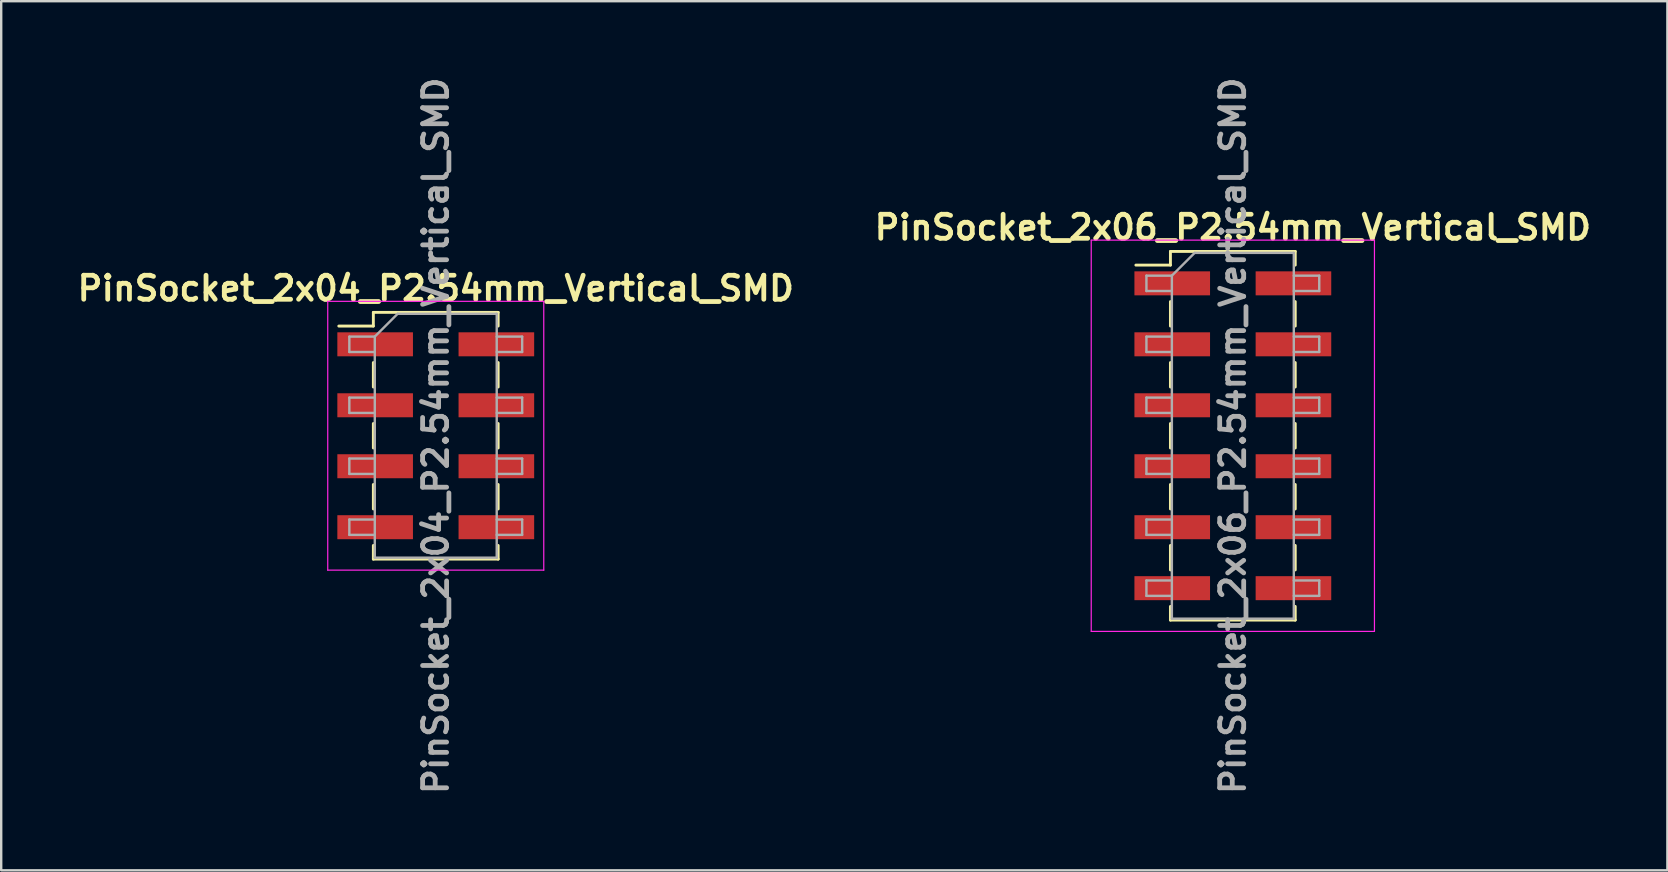
<source format=kicad_pcb>
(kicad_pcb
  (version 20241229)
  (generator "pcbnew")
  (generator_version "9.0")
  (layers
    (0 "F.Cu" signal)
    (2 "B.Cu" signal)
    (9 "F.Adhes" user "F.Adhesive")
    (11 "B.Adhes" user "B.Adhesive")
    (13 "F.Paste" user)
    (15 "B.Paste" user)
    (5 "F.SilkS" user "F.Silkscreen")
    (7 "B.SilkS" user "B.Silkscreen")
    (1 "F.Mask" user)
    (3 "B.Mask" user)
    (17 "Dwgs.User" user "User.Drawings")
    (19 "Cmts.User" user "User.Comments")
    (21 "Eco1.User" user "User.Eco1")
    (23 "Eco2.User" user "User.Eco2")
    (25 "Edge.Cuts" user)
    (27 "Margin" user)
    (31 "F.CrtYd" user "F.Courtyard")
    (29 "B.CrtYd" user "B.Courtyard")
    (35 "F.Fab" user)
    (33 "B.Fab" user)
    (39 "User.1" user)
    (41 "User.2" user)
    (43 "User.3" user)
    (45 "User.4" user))
  (footprint "PinSocket_2x04_P2.54mm_Vertical_SMD"
    (layer "F.Cu")
    (at 15.105 15.105)
    (property "Reference" "PinSocket_2x04_P2.54mm_Vertical_SMD" (at 0 -6.14 0) (layer "F.SilkS") (effects (font (size 1 1) (thickness 0.2))))
    (attr smd)
    (fp_line (start -4.04 -4.57) (end -2.6 -4.57) (stroke (width 0.12) (type solid)) (layer "F.SilkS"))
    (fp_line (start -2.6 -5.14) (end -2.6 -4.57) (stroke (width 0.12) (type solid)) (layer "F.SilkS"))
    (fp_line (start -2.6 -5.14) (end 2.6 -5.14) (stroke (width 0.12) (type solid)) (layer "F.SilkS"))
    (fp_line (start -2.6 -3.05) (end -2.6 -2.03) (stroke (width 0.12) (type solid)) (layer "F.SilkS"))
    (fp_line (start -2.6 -0.51) (end -2.6 0.51) (stroke (width 0.12) (type solid)) (layer "F.SilkS"))
    (fp_line (start -2.6 2.03) (end -2.6 3.05) (stroke (width 0.12) (type solid)) (layer "F.SilkS"))
    (fp_line (start -2.6 4.57) (end -2.6 5.14) (stroke (width 0.12) (type solid)) (layer "F.SilkS"))
    (fp_line (start -2.6 5.14) (end 2.6 5.14) (stroke (width 0.12) (type solid)) (layer "F.SilkS"))
    (fp_line (start 2.6 -5.14) (end 2.6 -4.57) (stroke (width 0.12) (type solid)) (layer "F.SilkS"))
    (fp_line (start 2.6 -3.05) (end 2.6 -2.03) (stroke (width 0.12) (type solid)) (layer "F.SilkS"))
    (fp_line (start 2.6 -0.51) (end 2.6 0.51) (stroke (width 0.12) (type solid)) (layer "F.SilkS"))
    (fp_line (start 2.6 2.03) (end 2.6 3.05) (stroke (width 0.12) (type solid)) (layer "F.SilkS"))
    (fp_line (start 2.6 4.57) (end 2.6 5.14) (stroke (width 0.12) (type solid)) (layer "F.SilkS"))
    (fp_line (start -4.5 -5.6) (end -4.5 5.6) (stroke (width 0.05) (type solid)) (layer "F.CrtYd"))
    (fp_line (start -4.5 5.6) (end 4.5 5.6) (stroke (width 0.05) (type solid)) (layer "F.CrtYd"))
    (fp_line (start 4.5 -5.6) (end -4.5 -5.6) (stroke (width 0.05) (type solid)) (layer "F.CrtYd"))
    (fp_line (start 4.5 5.6) (end 4.5 -5.6) (stroke (width 0.05) (type solid)) (layer "F.CrtYd"))
    (fp_line (start -3.6 -4.13) (end -3.6 -3.49) (stroke (width 0.1) (type solid)) (layer "F.Fab"))
    (fp_line (start -3.6 -3.49) (end -2.54 -3.49) (stroke (width 0.1) (type solid)) (layer "F.Fab"))
    (fp_line (start -3.6 -1.59) (end -3.6 -0.95) (stroke (width 0.1) (type solid)) (layer "F.Fab"))
    (fp_line (start -3.6 -0.95) (end -2.54 -0.95) (stroke (width 0.1) (type solid)) (layer "F.Fab"))
    (fp_line (start -3.6 0.95) (end -3.6 1.59) (stroke (width 0.1) (type solid)) (layer "F.Fab"))
    (fp_line (start -3.6 1.59) (end -2.54 1.59) (stroke (width 0.1) (type solid)) (layer "F.Fab"))
    (fp_line (start -3.6 3.49) (end -3.6 4.13) (stroke (width 0.1) (type solid)) (layer "F.Fab"))
    (fp_line (start -3.6 4.13) (end -2.54 4.13) (stroke (width 0.1) (type solid)) (layer "F.Fab"))
    (fp_line (start -2.54 -4.13) (end -3.6 -4.13) (stroke (width 0.1) (type solid)) (layer "F.Fab"))
    (fp_line (start -2.54 -4.13) (end -1.59 -5.08) (stroke (width 0.1) (type solid)) (layer "F.Fab"))
    (fp_line (start -2.54 -1.59) (end -3.6 -1.59) (stroke (width 0.1) (type solid)) (layer "F.Fab"))
    (fp_line (start -2.54 0.95) (end -3.6 0.95) (stroke (width 0.1) (type solid)) (layer "F.Fab"))
    (fp_line (start -2.54 3.49) (end -3.6 3.49) (stroke (width 0.1) (type solid)) (layer "F.Fab"))
    (fp_line (start -2.54 5.08) (end -2.54 -4.13) (stroke (width 0.1) (type solid)) (layer "F.Fab"))
    (fp_line (start -1.59 -5.08) (end 2.54 -5.08) (stroke (width 0.1) (type solid)) (layer "F.Fab"))
    (fp_line (start 2.54 -5.08) (end 2.54 5.08) (stroke (width 0.1) (type solid)) (layer "F.Fab"))
    (fp_line (start 2.54 -4.13) (end 3.6 -4.13) (stroke (width 0.1) (type solid)) (layer "F.Fab"))
    (fp_line (start 2.54 -1.59) (end 3.6 -1.59) (stroke (width 0.1) (type solid)) (layer "F.Fab"))
    (fp_line (start 2.54 0.95) (end 3.6 0.95) (stroke (width 0.1) (type solid)) (layer "F.Fab"))
    (fp_line (start 2.54 3.49) (end 3.6 3.49) (stroke (width 0.1) (type solid)) (layer "F.Fab"))
    (fp_line (start 2.54 5.08) (end -2.54 5.08) (stroke (width 0.1) (type solid)) (layer "F.Fab"))
    (fp_line (start 3.6 -4.13) (end 3.6 -3.49) (stroke (width 0.1) (type solid)) (layer "F.Fab"))
    (fp_line (start 3.6 -3.49) (end 2.54 -3.49) (stroke (width 0.1) (type solid)) (layer "F.Fab"))
    (fp_line (start 3.6 -1.59) (end 3.6 -0.95) (stroke (width 0.1) (type solid)) (layer "F.Fab"))
    (fp_line (start 3.6 -0.95) (end 2.54 -0.95) (stroke (width 0.1) (type solid)) (layer "F.Fab"))
    (fp_line (start 3.6 0.95) (end 3.6 1.59) (stroke (width 0.1) (type solid)) (layer "F.Fab"))
    (fp_line (start 3.6 1.59) (end 2.54 1.59) (stroke (width 0.1) (type solid)) (layer "F.Fab"))
    (fp_line (start 3.6 3.49) (end 3.6 4.13) (stroke (width 0.1) (type solid)) (layer "F.Fab"))
    (fp_line (start 3.6 4.13) (end 2.54 4.13) (stroke (width 0.1) (type solid)) (layer "F.Fab"))
    (fp_text user "${REFERENCE}" (at 0 0 90) (layer "F.Fab") (effects (font (size 1 1) (thickness 0.2))))
    (pad "1" smd rect (at -2.525 -3.81) (size 3.15 1) (layers "F.Cu" "F.Mask" "F.Paste"))
    (pad "2" smd rect (at 2.525 -3.81) (size 3.15 1) (layers "F.Cu" "F.Mask" "F.Paste"))
    (pad "3" smd rect (at -2.525 -1.27) (size 3.15 1) (layers "F.Cu" "F.Mask" "F.Paste"))
    (pad "4" smd rect (at 2.525 -1.27) (size 3.15 1) (layers "F.Cu" "F.Mask" "F.Paste"))
    (pad "5" smd rect (at -2.525 1.27) (size 3.15 1) (layers "F.Cu" "F.Mask" "F.Paste"))
    (pad "6" smd rect (at 2.525 1.27) (size 3.15 1) (layers "F.Cu" "F.Mask" "F.Paste"))
    (pad "7" smd rect (at -2.525 3.81) (size 3.15 1) (layers "F.Cu" "F.Mask" "F.Paste"))
    (pad "8" smd rect (at 2.525 3.81) (size 3.15 1) (layers "F.Cu" "F.Mask" "F.Paste")))
  (footprint "PinSocket_2x06_P2.54mm_Vertical_SMD"
    (layer "F.Cu")
    (at 48.314 15.105)
    (property "Reference" "PinSocket_2x06_P2.54mm_Vertical_SMD" (at 0 -8.68 0) (layer "F.SilkS") (effects (font (size 1 1) (thickness 0.2))))
    (attr smd)
    (fp_line (start -4.04 -7.11) (end -2.6 -7.11) (stroke (width 0.12) (type solid)) (layer "F.SilkS"))
    (fp_line (start -2.6 -7.68) (end -2.6 -7.11) (stroke (width 0.12) (type solid)) (layer "F.SilkS"))
    (fp_line (start -2.6 -7.68) (end 2.6 -7.68) (stroke (width 0.12) (type solid)) (layer "F.SilkS"))
    (fp_line (start -2.6 -5.59) (end -2.6 -4.57) (stroke (width 0.12) (type solid)) (layer "F.SilkS"))
    (fp_line (start -2.6 -3.05) (end -2.6 -2.03) (stroke (width 0.12) (type solid)) (layer "F.SilkS"))
    (fp_line (start -2.6 -0.51) (end -2.6 0.51) (stroke (width 0.12) (type solid)) (layer "F.SilkS"))
    (fp_line (start -2.6 2.03) (end -2.6 3.05) (stroke (width 0.12) (type solid)) (layer "F.SilkS"))
    (fp_line (start -2.6 4.57) (end -2.6 5.59) (stroke (width 0.12) (type solid)) (layer "F.SilkS"))
    (fp_line (start -2.6 7.11) (end -2.6 7.68) (stroke (width 0.12) (type solid)) (layer "F.SilkS"))
    (fp_line (start -2.6 7.68) (end 2.6 7.68) (stroke (width 0.12) (type solid)) (layer "F.SilkS"))
    (fp_line (start 2.6 -7.68) (end 2.6 -7.11) (stroke (width 0.12) (type solid)) (layer "F.SilkS"))
    (fp_line (start 2.6 -5.59) (end 2.6 -4.57) (stroke (width 0.12) (type solid)) (layer "F.SilkS"))
    (fp_line (start 2.6 -3.05) (end 2.6 -2.03) (stroke (width 0.12) (type solid)) (layer "F.SilkS"))
    (fp_line (start 2.6 -0.51) (end 2.6 0.51) (stroke (width 0.12) (type solid)) (layer "F.SilkS"))
    (fp_line (start 2.6 2.03) (end 2.6 3.05) (stroke (width 0.12) (type solid)) (layer "F.SilkS"))
    (fp_line (start 2.6 4.57) (end 2.6 5.59) (stroke (width 0.12) (type solid)) (layer "F.SilkS"))
    (fp_line (start 2.6 7.11) (end 2.6 7.68) (stroke (width 0.12) (type solid)) (layer "F.SilkS"))
    (fp_line (start -5.9 -8.15) (end -5.9 8.15) (stroke (width 0.05) (type solid)) (layer "F.CrtYd"))
    (fp_line (start -5.9 8.15) (end 5.9 8.15) (stroke (width 0.05) (type solid)) (layer "F.CrtYd"))
    (fp_line (start 5.9 -8.15) (end -5.9 -8.15) (stroke (width 0.05) (type solid)) (layer "F.CrtYd"))
    (fp_line (start 5.9 8.15) (end 5.9 -8.15) (stroke (width 0.05) (type solid)) (layer "F.CrtYd"))
    (fp_line (start -3.6 -6.67) (end -3.6 -6.03) (stroke (width 0.1) (type solid)) (layer "F.Fab"))
    (fp_line (start -3.6 -6.03) (end -2.54 -6.03) (stroke (width 0.1) (type solid)) (layer "F.Fab"))
    (fp_line (start -3.6 -4.13) (end -3.6 -3.49) (stroke (width 0.1) (type solid)) (layer "F.Fab"))
    (fp_line (start -3.6 -3.49) (end -2.54 -3.49) (stroke (width 0.1) (type solid)) (layer "F.Fab"))
    (fp_line (start -3.6 -1.59) (end -3.6 -0.95) (stroke (width 0.1) (type solid)) (layer "F.Fab"))
    (fp_line (start -3.6 -0.95) (end -2.54 -0.95) (stroke (width 0.1) (type solid)) (layer "F.Fab"))
    (fp_line (start -3.6 0.95) (end -3.6 1.59) (stroke (width 0.1) (type solid)) (layer "F.Fab"))
    (fp_line (start -3.6 1.59) (end -2.54 1.59) (stroke (width 0.1) (type solid)) (layer "F.Fab"))
    (fp_line (start -3.6 3.49) (end -3.6 4.13) (stroke (width 0.1) (type solid)) (layer "F.Fab"))
    (fp_line (start -3.6 4.13) (end -2.54 4.13) (stroke (width 0.1) (type solid)) (layer "F.Fab"))
    (fp_line (start -3.6 6.03) (end -3.6 6.67) (stroke (width 0.1) (type solid)) (layer "F.Fab"))
    (fp_line (start -3.6 6.67) (end -2.54 6.67) (stroke (width 0.1) (type solid)) (layer "F.Fab"))
    (fp_line (start -2.54 -6.67) (end -3.6 -6.67) (stroke (width 0.1) (type solid)) (layer "F.Fab"))
    (fp_line (start -2.54 -6.67) (end -1.59 -7.62) (stroke (width 0.1) (type solid)) (layer "F.Fab"))
    (fp_line (start -2.54 -4.13) (end -3.6 -4.13) (stroke (width 0.1) (type solid)) (layer "F.Fab"))
    (fp_line (start -2.54 -1.59) (end -3.6 -1.59) (stroke (width 0.1) (type solid)) (layer "F.Fab"))
    (fp_line (start -2.54 0.95) (end -3.6 0.95) (stroke (width 0.1) (type solid)) (layer "F.Fab"))
    (fp_line (start -2.54 3.49) (end -3.6 3.49) (stroke (width 0.1) (type solid)) (layer "F.Fab"))
    (fp_line (start -2.54 6.03) (end -3.6 6.03) (stroke (width 0.1) (type solid)) (layer "F.Fab"))
    (fp_line (start -2.54 7.62) (end -2.54 -6.67) (stroke (width 0.1) (type solid)) (layer "F.Fab"))
    (fp_line (start -1.59 -7.62) (end 2.54 -7.62) (stroke (width 0.1) (type solid)) (layer "F.Fab"))
    (fp_line (start 2.54 -7.62) (end 2.54 7.62) (stroke (width 0.1) (type solid)) (layer "F.Fab"))
    (fp_line (start 2.54 -6.67) (end 3.6 -6.67) (stroke (width 0.1) (type solid)) (layer "F.Fab"))
    (fp_line (start 2.54 -4.13) (end 3.6 -4.13) (stroke (width 0.1) (type solid)) (layer "F.Fab"))
    (fp_line (start 2.54 -1.59) (end 3.6 -1.59) (stroke (width 0.1) (type solid)) (layer "F.Fab"))
    (fp_line (start 2.54 0.95) (end 3.6 0.95) (stroke (width 0.1) (type solid)) (layer "F.Fab"))
    (fp_line (start 2.54 3.49) (end 3.6 3.49) (stroke (width 0.1) (type solid)) (layer "F.Fab"))
    (fp_line (start 2.54 6.03) (end 3.6 6.03) (stroke (width 0.1) (type solid)) (layer "F.Fab"))
    (fp_line (start 2.54 7.62) (end -2.54 7.62) (stroke (width 0.1) (type solid)) (layer "F.Fab"))
    (fp_line (start 3.6 -6.67) (end 3.6 -6.03) (stroke (width 0.1) (type solid)) (layer "F.Fab"))
    (fp_line (start 3.6 -6.03) (end 2.54 -6.03) (stroke (width 0.1) (type solid)) (layer "F.Fab"))
    (fp_line (start 3.6 -4.13) (end 3.6 -3.49) (stroke (width 0.1) (type solid)) (layer "F.Fab"))
    (fp_line (start 3.6 -3.49) (end 2.54 -3.49) (stroke (width 0.1) (type solid)) (layer "F.Fab"))
    (fp_line (start 3.6 -1.59) (end 3.6 -0.95) (stroke (width 0.1) (type solid)) (layer "F.Fab"))
    (fp_line (start 3.6 -0.95) (end 2.54 -0.95) (stroke (width 0.1) (type solid)) (layer "F.Fab"))
    (fp_line (start 3.6 0.95) (end 3.6 1.59) (stroke (width 0.1) (type solid)) (layer "F.Fab"))
    (fp_line (start 3.6 1.59) (end 2.54 1.59) (stroke (width 0.1) (type solid)) (layer "F.Fab"))
    (fp_line (start 3.6 3.49) (end 3.6 4.13) (stroke (width 0.1) (type solid)) (layer "F.Fab"))
    (fp_line (start 3.6 4.13) (end 2.54 4.13) (stroke (width 0.1) (type solid)) (layer "F.Fab"))
    (fp_line (start 3.6 6.03) (end 3.6 6.67) (stroke (width 0.1) (type solid)) (layer "F.Fab"))
    (fp_line (start 3.6 6.67) (end 2.54 6.67) (stroke (width 0.1) (type solid)) (layer "F.Fab"))
    (fp_text user "${REFERENCE}" (at 0 0 90) (layer "F.Fab") (effects (font (size 1 1) (thickness 0.2))))
    (pad "1" smd rect (at -2.525 -6.35) (size 3.15 1) (layers "F.Cu" "F.Mask" "F.Paste"))
    (pad "2" smd rect (at 2.525 -6.35) (size 3.15 1) (layers "F.Cu" "F.Mask" "F.Paste"))
    (pad "3" smd rect (at -2.525 -3.81) (size 3.15 1) (layers "F.Cu" "F.Mask" "F.Paste"))
    (pad "4" smd rect (at 2.525 -3.81) (size 3.15 1) (layers "F.Cu" "F.Mask" "F.Paste"))
    (pad "5" smd rect (at -2.525 -1.27) (size 3.15 1) (layers "F.Cu" "F.Mask" "F.Paste"))
    (pad "6" smd rect (at 2.525 -1.27) (size 3.15 1) (layers "F.Cu" "F.Mask" "F.Paste"))
    (pad "7" smd rect (at -2.525 1.27) (size 3.15 1) (layers "F.Cu" "F.Mask" "F.Paste"))
    (pad "8" smd rect (at 2.525 1.27) (size 3.15 1) (layers "F.Cu" "F.Mask" "F.Paste"))
    (pad "9" smd rect (at -2.525 3.81) (size 3.15 1) (layers "F.Cu" "F.Mask" "F.Paste"))
    (pad "10" smd rect (at 2.525 3.81) (size 3.15 1) (layers "F.Cu" "F.Mask" "F.Paste"))
    (pad "11" smd rect (at -2.525 6.35) (size 3.15 1) (layers "F.Cu" "F.Mask" "F.Paste"))
    (pad "12" smd rect (at 2.525 6.35) (size 3.15 1) (layers "F.Cu" "F.Mask" "F.Paste")))
  (gr_rect
    (start -3 -3)
    (end 66.419 33.21)
    (stroke (width 0.1) (type default))
    (fill no)
    (layer "Edge.Cuts")))
</source>
